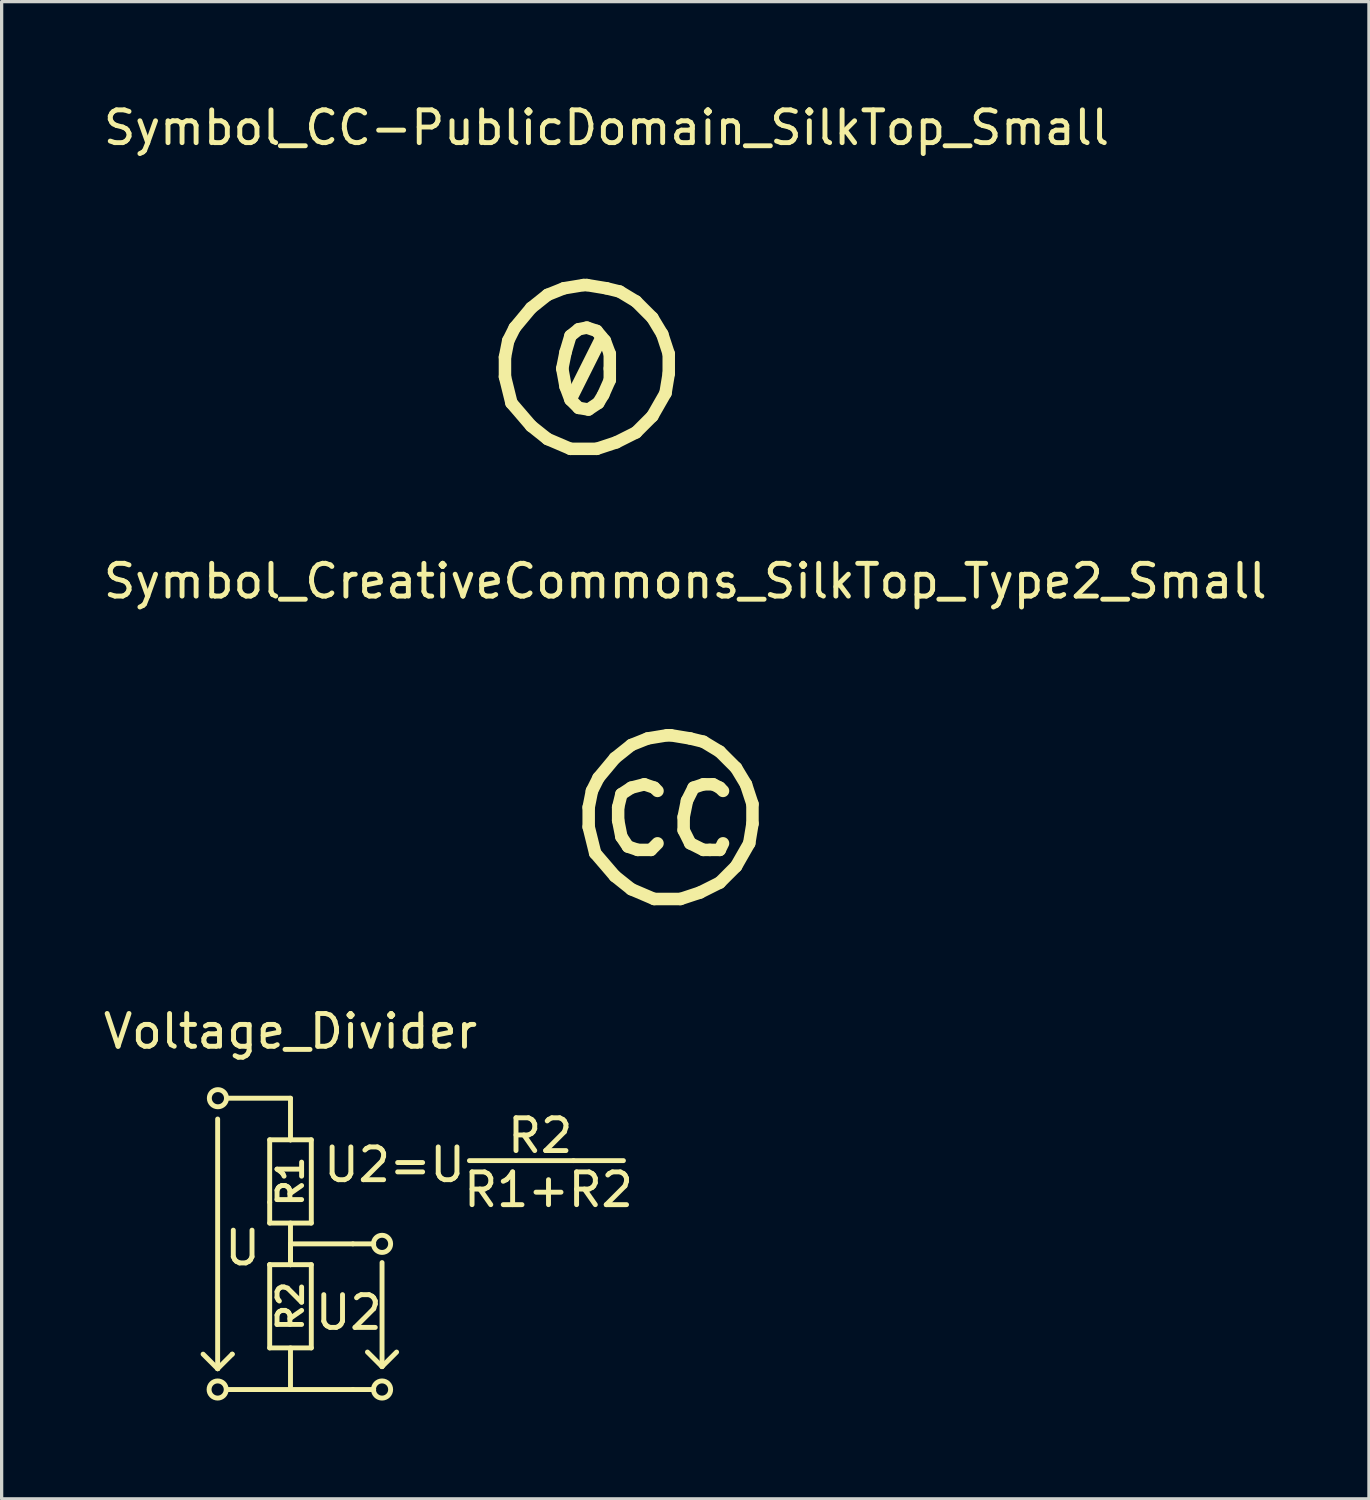
<source format=kicad_pcb>
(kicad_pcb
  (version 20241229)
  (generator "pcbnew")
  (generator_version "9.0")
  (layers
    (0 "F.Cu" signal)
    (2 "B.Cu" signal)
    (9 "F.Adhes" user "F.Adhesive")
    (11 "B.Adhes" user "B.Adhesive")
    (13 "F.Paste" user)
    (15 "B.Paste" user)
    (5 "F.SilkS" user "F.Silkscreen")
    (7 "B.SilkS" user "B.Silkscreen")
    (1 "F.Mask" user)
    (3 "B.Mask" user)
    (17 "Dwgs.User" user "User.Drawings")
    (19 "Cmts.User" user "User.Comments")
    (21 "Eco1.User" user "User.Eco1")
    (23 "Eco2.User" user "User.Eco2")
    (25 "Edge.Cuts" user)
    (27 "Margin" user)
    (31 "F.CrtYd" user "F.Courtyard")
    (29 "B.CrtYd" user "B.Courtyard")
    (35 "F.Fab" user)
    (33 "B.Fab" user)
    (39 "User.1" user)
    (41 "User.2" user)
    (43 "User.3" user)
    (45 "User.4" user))
  (footprint "Symbol_CC-PublicDomain_SilkTop_Small"
    (layer "F.Cu")
    (at 14.859 8.148)
    (property "Reference" "Symbol_CC-PublicDomain_SilkTop_Small" (at 0.599 -7.3 0) (layer "F.SilkS") (effects (font (size 1 1) (thickness 0.15))))
    (attr through_hole)
    (fp_line (start -2.499 -0.3) (end -2.499 0.3) (stroke (width 0.381) (type solid)) (layer "F.SilkS"))
    (fp_line (start -2.499 0.3) (end -2.301 1.1) (stroke (width 0.381) (type solid)) (layer "F.SilkS"))
    (fp_line (start -2.4 -0.8) (end -2.499 -0.3) (stroke (width 0.381) (type solid)) (layer "F.SilkS"))
    (fp_line (start -2.301 1.1) (end -1.699 1.801) (stroke (width 0.381) (type solid)) (layer "F.SilkS"))
    (fp_line (start -2.2 -1.199) (end -2.4 -0.8) (stroke (width 0.381) (type solid)) (layer "F.SilkS"))
    (fp_line (start -1.699 -1.801) (end -2.2 -1.199) (stroke (width 0.381) (type solid)) (layer "F.SilkS"))
    (fp_line (start -1.699 1.801) (end -1.199 2.2) (stroke (width 0.381) (type solid)) (layer "F.SilkS"))
    (fp_line (start -1.199 -2.2) (end -1.699 -1.801) (stroke (width 0.381) (type solid)) (layer "F.SilkS"))
    (fp_line (start -1.199 2.2) (end -0.5 2.499) (stroke (width 0.381) (type solid)) (layer "F.SilkS"))
    (fp_line (start -0.75 0.05) (end -0.65 -0.45) (stroke (width 0.381) (type solid)) (layer "F.SilkS"))
    (fp_line (start -0.701 -2.4) (end -1.199 -2.2) (stroke (width 0.381) (type solid)) (layer "F.SilkS"))
    (fp_line (start -0.65 -0.45) (end -0.5 -0.95) (stroke (width 0.381) (type solid)) (layer "F.SilkS"))
    (fp_line (start -0.65 0.6) (end -0.75 0.05) (stroke (width 0.381) (type solid)) (layer "F.SilkS"))
    (fp_line (start -0.5 2.499) (end 0.3 2.499) (stroke (width 0.381) (type solid)) (layer "F.SilkS"))
    (fp_line (start -0.5 -0.95) (end -0.25 -1.15) (stroke (width 0.381) (type solid)) (layer "F.SilkS"))
    (fp_line (start -0.5 1) (end -0.65 0.6) (stroke (width 0.381) (type solid)) (layer "F.SilkS"))
    (fp_line (start -0.25 -1.15) (end 0 -1.2) (stroke (width 0.381) (type solid)) (layer "F.SilkS"))
    (fp_line (start -0.25 1.25) (end -0.5 1) (stroke (width 0.381) (type solid)) (layer "F.SilkS"))
    (fp_line (start -0.099 -2.499) (end -0.701 -2.4) (stroke (width 0.381) (type solid)) (layer "F.SilkS"))
    (fp_line (start 0 -2.499) (end -0.099 -2.499) (stroke (width 0.381) (type solid)) (layer "F.SilkS"))
    (fp_line (start 0 -1.2) (end 0.3 -1.1) (stroke (width 0.381) (type solid)) (layer "F.SilkS"))
    (fp_line (start 0.05 1.3) (end -0.25 1.25) (stroke (width 0.381) (type solid)) (layer "F.SilkS"))
    (fp_line (start 0.3 2.499) (end 0.899 2.301) (stroke (width 0.381) (type solid)) (layer "F.SilkS"))
    (fp_line (start 0.3 -1.1) (end 0.55 -0.8) (stroke (width 0.381) (type solid)) (layer "F.SilkS"))
    (fp_line (start 0.35 1.1) (end 0.05 1.3) (stroke (width 0.381) (type solid)) (layer "F.SilkS"))
    (fp_line (start 0.45 -0.9) (end -0.45 0.9) (stroke (width 0.381) (type solid)) (layer "F.SilkS"))
    (fp_line (start 0.5 0.85) (end 0.35 1.1) (stroke (width 0.381) (type solid)) (layer "F.SilkS"))
    (fp_line (start 0.55 -0.8) (end 0.7 -0.4) (stroke (width 0.381) (type solid)) (layer "F.SilkS"))
    (fp_line (start 0.599 -2.4) (end 0 -2.499) (stroke (width 0.381) (type solid)) (layer "F.SilkS"))
    (fp_line (start 0.7 -0.4) (end 0.7 0.05) (stroke (width 0.381) (type solid)) (layer "F.SilkS"))
    (fp_line (start 0.7 0.05) (end 0.7 0.4) (stroke (width 0.381) (type solid)) (layer "F.SilkS"))
    (fp_line (start 0.7 0.4) (end 0.5 0.85) (stroke (width 0.381) (type solid)) (layer "F.SilkS"))
    (fp_line (start 0.899 2.301) (end 1.501 1.999) (stroke (width 0.381) (type solid)) (layer "F.SilkS"))
    (fp_line (start 1.001 -2.301) (end 0.599 -2.4) (stroke (width 0.381) (type solid)) (layer "F.SilkS"))
    (fp_line (start 1.501 -1.999) (end 1.001 -2.301) (stroke (width 0.381) (type solid)) (layer "F.SilkS"))
    (fp_line (start 1.501 1.999) (end 1.999 1.501) (stroke (width 0.381) (type solid)) (layer "F.SilkS"))
    (fp_line (start 1.999 -1.501) (end 1.501 -1.999) (stroke (width 0.381) (type solid)) (layer "F.SilkS"))
    (fp_line (start 1.999 1.501) (end 2.4 0.8) (stroke (width 0.381) (type solid)) (layer "F.SilkS"))
    (fp_line (start 2.301 -1.001) (end 1.999 -1.501) (stroke (width 0.381) (type solid)) (layer "F.SilkS"))
    (fp_line (start 2.4 0.8) (end 2.499 0.201) (stroke (width 0.381) (type solid)) (layer "F.SilkS"))
    (fp_line (start 2.499 -0.399) (end 2.301 -1.001) (stroke (width 0.381) (type solid)) (layer "F.SilkS"))
    (fp_line (start 2.499 0.201) (end 2.499 -0.399) (stroke (width 0.381) (type solid)) (layer "F.SilkS")))
  (footprint "Voltage_Divider"
    (layer "F.Cu")
    (at 3.656 30.464)
    (property "Reference" "Voltage_Divider" (at 2.159 -2.04 0) (layer "F.SilkS") (effects (font (size 1 1) (thickness 0.15))))
    (attr through_hole)
    (fp_line (start -0.064 0.635) (end -0.064 8.255) (stroke (width 0.15) (type solid)) (layer "F.SilkS"))
    (fp_line (start -0.064 8.255) (end -0.508 7.811) (stroke (width 0.15) (type solid)) (layer "F.SilkS"))
    (fp_line (start -0.064 8.255) (end -0.064 8.255) (stroke (width 0.15) (type solid)) (layer "F.SilkS"))
    (fp_line (start -0.064 8.255) (end 0.381 7.811) (stroke (width 0.15) (type solid)) (layer "F.SilkS"))
    (fp_line (start 0.254 0) (end 2.159 0) (stroke (width 0.15) (type solid)) (layer "F.SilkS"))
    (fp_line (start 0.381 7.811) (end 0.381 7.811) (stroke (width 0.15) (type solid)) (layer "F.SilkS"))
    (fp_line (start 1.524 1.27) (end 1.524 3.175) (stroke (width 0.15) (type solid)) (layer "F.SilkS"))
    (fp_line (start 1.524 3.175) (end 1.524 3.81) (stroke (width 0.15) (type solid)) (layer "F.SilkS"))
    (fp_line (start 1.524 3.81) (end 2.794 3.81) (stroke (width 0.15) (type solid)) (layer "F.SilkS"))
    (fp_line (start 1.524 5.08) (end 1.524 5.08) (stroke (width 0.15) (type solid)) (layer "F.SilkS"))
    (fp_line (start 1.524 5.08) (end 2.794 5.08) (stroke (width 0.15) (type solid)) (layer "F.SilkS"))
    (fp_line (start 1.524 7.62) (end 1.524 5.08) (stroke (width 0.15) (type solid)) (layer "F.SilkS"))
    (fp_line (start 2.159 0) (end 2.159 1.27) (stroke (width 0.15) (type solid)) (layer "F.SilkS"))
    (fp_line (start 2.159 1.27) (end 1.524 1.27) (stroke (width 0.15) (type solid)) (layer "F.SilkS"))
    (fp_line (start 2.159 1.27) (end 2.159 1.27) (stroke (width 0.15) (type solid)) (layer "F.SilkS"))
    (fp_line (start 2.159 3.81) (end 2.159 5.08) (stroke (width 0.15) (type solid)) (layer "F.SilkS"))
    (fp_line (start 2.159 4.445) (end 4.699 4.445) (stroke (width 0.15) (type solid)) (layer "F.SilkS"))
    (fp_line (start 2.159 5.08) (end 2.159 4.445) (stroke (width 0.15) (type solid)) (layer "F.SilkS"))
    (fp_line (start 2.159 5.08) (end 2.159 5.08) (stroke (width 0.15) (type solid)) (layer "F.SilkS"))
    (fp_line (start 2.159 7.62) (end 2.159 8.89) (stroke (width 0.15) (type solid)) (layer "F.SilkS"))
    (fp_line (start 2.159 8.89) (end 0.254 8.89) (stroke (width 0.15) (type solid)) (layer "F.SilkS"))
    (fp_line (start 2.159 8.89) (end 4.064 8.89) (stroke (width 0.15) (type solid)) (layer "F.SilkS"))
    (fp_line (start 2.794 1.27) (end 2.159 1.27) (stroke (width 0.15) (type solid)) (layer "F.SilkS"))
    (fp_line (start 2.794 3.81) (end 2.794 1.27) (stroke (width 0.15) (type solid)) (layer "F.SilkS"))
    (fp_line (start 2.794 5.08) (end 2.794 7.62) (stroke (width 0.15) (type solid)) (layer "F.SilkS"))
    (fp_line (start 2.794 7.62) (end 1.524 7.62) (stroke (width 0.15) (type solid)) (layer "F.SilkS"))
    (fp_line (start 4.064 4.445) (end 4.064 4.445) (stroke (width 0.15) (type solid)) (layer "F.SilkS"))
    (fp_line (start 4.699 8.89) (end 4.064 8.89) (stroke (width 0.15) (type solid)) (layer "F.SilkS"))
    (fp_line (start 4.953 5.016) (end 4.953 8.191) (stroke (width 0.15) (type solid)) (layer "F.SilkS"))
    (fp_line (start 4.953 8.191) (end 4.508 7.747) (stroke (width 0.15) (type solid)) (layer "F.SilkS"))
    (fp_line (start 4.953 8.191) (end 5.397 7.747) (stroke (width 0.15) (type solid)) (layer "F.SilkS"))
    (fp_line (start 7.62 1.905) (end 12.319 1.905) (stroke (width 0.15) (type solid)) (layer "F.SilkS"))
    (fp_line (start 10.795 1.905) (end 10.795 1.905) (stroke (width 0.15) (type solid)) (layer "F.SilkS"))
    (fp_circle (center -0.064 8.89) (end -0.127 9.144) (stroke (width 0.15) (type solid)) (fill no) (layer "F.SilkS"))
    (fp_circle (center -0.056 0) (end -0.119 0.254) (stroke (width 0.15) (type solid)) (fill no) (layer "F.SilkS"))
    (fp_circle (center 4.953 4.445) (end 4.889 4.699) (stroke (width 0.15) (type solid)) (fill no) (layer "F.SilkS"))
    (fp_circle (center 4.953 8.89) (end 4.889 9.144) (stroke (width 0.15) (type solid)) (fill no) (layer "F.SilkS"))
    (fp_text user "R2" (at 9.779 1.143 0) (layer "F.SilkS") (effects (font (size 1 1) (thickness 0.15))))
    (fp_text user "R1" (at 2.159 2.54 90) (layer "F.SilkS") (effects (font (size 0.75 0.75) (thickness 0.15))))
    (fp_text user "U" (at 0.699 4.572 0) (layer "F.SilkS") (effects (font (size 1 1) (thickness 0.15))))
    (fp_text user "U2" (at 3.937 6.54 0) (layer "F.SilkS") (effects (font (size 1 1) (thickness 0.15))))
    (fp_text user "R2" (at 2.159 6.35 90) (layer "F.SilkS") (effects (font (size 0.75 0.75) (thickness 0.15))))
    (fp_text user "R1+R2" (at 10.033 2.794 0) (layer "F.SilkS") (effects (font (size 1 1) (thickness 0.15))))
    (fp_text user "U2=U" (at 5.334 2.032 0) (layer "F.SilkS") (effects (font (size 1 1) (thickness 0.15)))))
  (footprint "Symbol_CreativeCommons_SilkTop_Type2_Small"
    (layer "F.Cu")
    (at 17.264 21.986)
    (property "Reference" "Symbol_CreativeCommons_SilkTop_Type2_Small" (at 0.599 -7.3 0) (layer "F.SilkS") (effects (font (size 1 1) (thickness 0.15))))
    (attr through_hole)
    (fp_line (start -2.349 -0.4) (end -2.349 0.2) (stroke (width 0.381) (type solid)) (layer "F.SilkS"))
    (fp_line (start -2.349 0.2) (end -2.151 1) (stroke (width 0.381) (type solid)) (layer "F.SilkS"))
    (fp_line (start -2.25 -0.9) (end -2.349 -0.4) (stroke (width 0.381) (type solid)) (layer "F.SilkS"))
    (fp_line (start -2.151 1) (end -1.549 1.701) (stroke (width 0.381) (type solid)) (layer "F.SilkS"))
    (fp_line (start -2.05 -1.299) (end -2.25 -0.9) (stroke (width 0.381) (type solid)) (layer "F.SilkS"))
    (fp_line (start -1.549 -1.901) (end -2.05 -1.299) (stroke (width 0.381) (type solid)) (layer "F.SilkS"))
    (fp_line (start -1.549 1.701) (end -1.049 2.1) (stroke (width 0.381) (type solid)) (layer "F.SilkS"))
    (fp_line (start -1.45 -0.4) (end -1.45 -0.001) (stroke (width 0.381) (type solid)) (layer "F.SilkS"))
    (fp_line (start -1.45 -0.001) (end -1.351 0.499) (stroke (width 0.381) (type solid)) (layer "F.SilkS"))
    (fp_line (start -1.351 -0.801) (end -1.45 -0.4) (stroke (width 0.381) (type solid)) (layer "F.SilkS"))
    (fp_line (start -1.351 0.499) (end -1.15 0.799) (stroke (width 0.381) (type solid)) (layer "F.SilkS"))
    (fp_line (start -1.15 0.799) (end -0.851 0.901) (stroke (width 0.381) (type solid)) (layer "F.SilkS"))
    (fp_line (start -1.049 -2.3) (end -1.549 -1.901) (stroke (width 0.381) (type solid)) (layer "F.SilkS"))
    (fp_line (start -1.049 -0.999) (end -1.351 -0.801) (stroke (width 0.381) (type solid)) (layer "F.SilkS"))
    (fp_line (start -1.049 2.1) (end -0.35 2.399) (stroke (width 0.381) (type solid)) (layer "F.SilkS"))
    (fp_line (start -0.851 0.901) (end -0.449 0.901) (stroke (width 0.381) (type solid)) (layer "F.SilkS"))
    (fp_line (start -0.65 -1.101) (end -1.049 -0.999) (stroke (width 0.381) (type solid)) (layer "F.SilkS"))
    (fp_line (start -0.551 -2.5) (end -1.049 -2.3) (stroke (width 0.381) (type solid)) (layer "F.SilkS"))
    (fp_line (start -0.449 0.901) (end -0.249 0.7) (stroke (width 0.381) (type solid)) (layer "F.SilkS"))
    (fp_line (start -0.35 -0.999) (end -0.65 -1.101) (stroke (width 0.381) (type solid)) (layer "F.SilkS"))
    (fp_line (start -0.35 2.399) (end 0.45 2.399) (stroke (width 0.381) (type solid)) (layer "F.SilkS"))
    (fp_line (start -0.249 -0.9) (end -0.35 -0.999) (stroke (width 0.381) (type solid)) (layer "F.SilkS"))
    (fp_line (start 0.051 -2.599) (end -0.551 -2.5) (stroke (width 0.381) (type solid)) (layer "F.SilkS"))
    (fp_line (start 0.15 -2.599) (end 0.051 -2.599) (stroke (width 0.381) (type solid)) (layer "F.SilkS"))
    (fp_line (start 0.45 2.399) (end 1.049 2.201) (stroke (width 0.381) (type solid)) (layer "F.SilkS"))
    (fp_line (start 0.549 -0.1) (end 0.549 0.299) (stroke (width 0.381) (type solid)) (layer "F.SilkS"))
    (fp_line (start 0.549 0.299) (end 0.749 0.7) (stroke (width 0.381) (type solid)) (layer "F.SilkS"))
    (fp_line (start 0.65 -0.6) (end 0.549 -0.1) (stroke (width 0.381) (type solid)) (layer "F.SilkS"))
    (fp_line (start 0.749 -2.5) (end 0.15 -2.599) (stroke (width 0.381) (type solid)) (layer "F.SilkS"))
    (fp_line (start 0.749 0.7) (end 1.151 0.901) (stroke (width 0.381) (type solid)) (layer "F.SilkS"))
    (fp_line (start 0.851 -0.999) (end 0.65 -0.6) (stroke (width 0.381) (type solid)) (layer "F.SilkS"))
    (fp_line (start 1.049 2.201) (end 1.651 1.899) (stroke (width 0.381) (type solid)) (layer "F.SilkS"))
    (fp_line (start 1.151 -2.401) (end 0.749 -2.5) (stroke (width 0.381) (type solid)) (layer "F.SilkS"))
    (fp_line (start 1.151 -1.101) (end 0.851 -0.999) (stroke (width 0.381) (type solid)) (layer "F.SilkS"))
    (fp_line (start 1.151 0.901) (end 1.349 0.901) (stroke (width 0.381) (type solid)) (layer "F.SilkS"))
    (fp_line (start 1.349 0.901) (end 1.651 0.901) (stroke (width 0.381) (type solid)) (layer "F.SilkS"))
    (fp_line (start 1.45 -1.101) (end 1.151 -1.101) (stroke (width 0.381) (type solid)) (layer "F.SilkS"))
    (fp_line (start 1.651 -2.099) (end 1.151 -2.401) (stroke (width 0.381) (type solid)) (layer "F.SilkS"))
    (fp_line (start 1.651 -0.999) (end 1.45 -1.101) (stroke (width 0.381) (type solid)) (layer "F.SilkS"))
    (fp_line (start 1.651 0.901) (end 1.75 0.7) (stroke (width 0.381) (type solid)) (layer "F.SilkS"))
    (fp_line (start 1.651 1.899) (end 2.149 1.401) (stroke (width 0.381) (type solid)) (layer "F.SilkS"))
    (fp_line (start 1.75 -0.9) (end 1.651 -0.999) (stroke (width 0.381) (type solid)) (layer "F.SilkS"))
    (fp_line (start 2.149 -1.601) (end 1.651 -2.099) (stroke (width 0.381) (type solid)) (layer "F.SilkS"))
    (fp_line (start 2.149 1.401) (end 2.55 0.7) (stroke (width 0.381) (type solid)) (layer "F.SilkS"))
    (fp_line (start 2.451 -1.101) (end 2.149 -1.601) (stroke (width 0.381) (type solid)) (layer "F.SilkS"))
    (fp_line (start 2.55 0.7) (end 2.649 0.101) (stroke (width 0.381) (type solid)) (layer "F.SilkS"))
    (fp_line (start 2.649 -0.499) (end 2.451 -1.101) (stroke (width 0.381) (type solid)) (layer "F.SilkS"))
    (fp_line (start 2.649 0.101) (end 2.649 -0.499) (stroke (width 0.381) (type solid)) (layer "F.SilkS")))
  (gr_rect
    (start -3 -3)
    (end 38.726 42.691)
    (stroke (width 0.1) (type default))
    (fill no)
    (layer "Edge.Cuts")))
</source>
